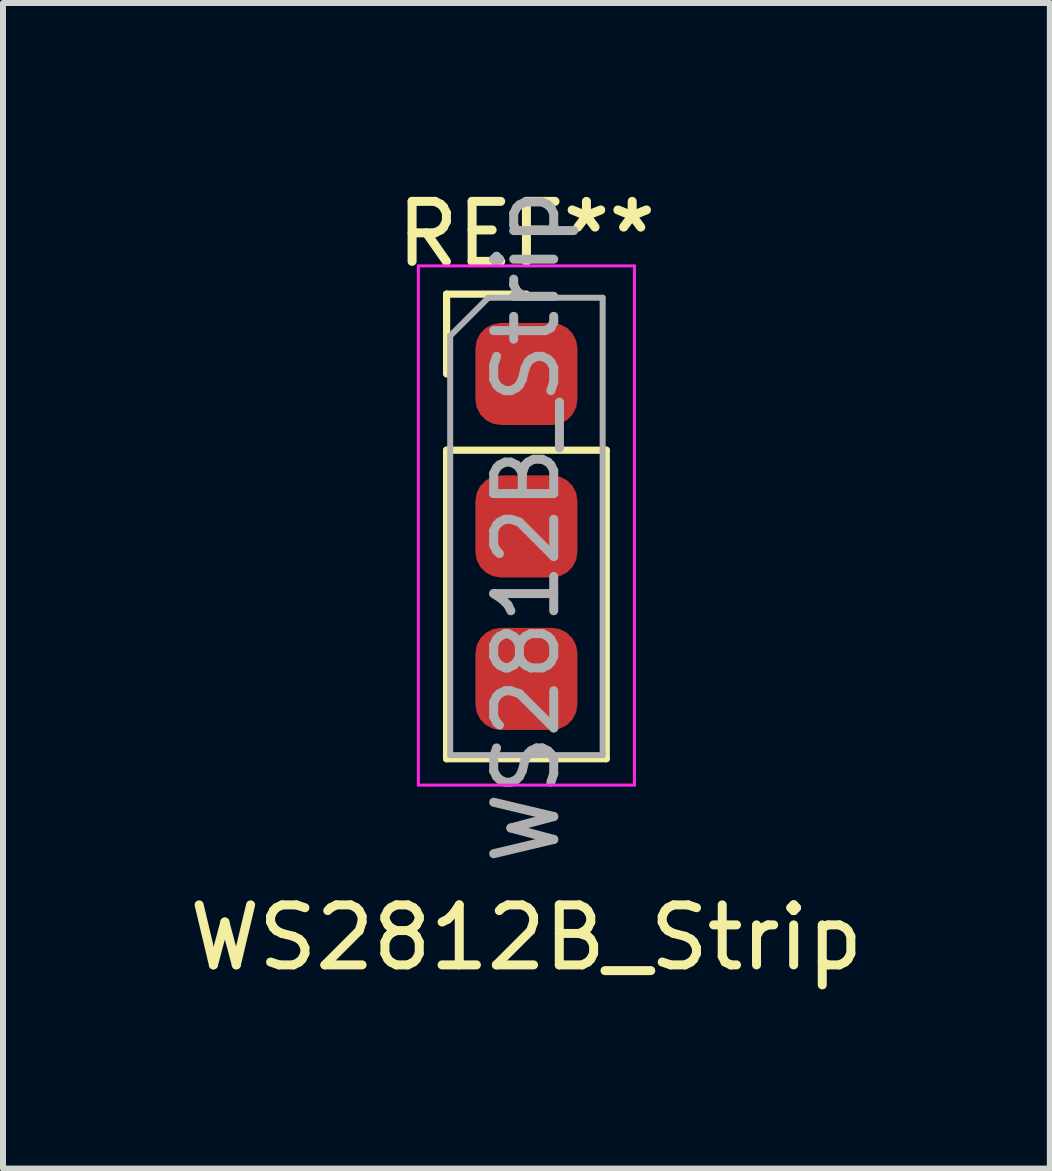
<source format=kicad_pcb>
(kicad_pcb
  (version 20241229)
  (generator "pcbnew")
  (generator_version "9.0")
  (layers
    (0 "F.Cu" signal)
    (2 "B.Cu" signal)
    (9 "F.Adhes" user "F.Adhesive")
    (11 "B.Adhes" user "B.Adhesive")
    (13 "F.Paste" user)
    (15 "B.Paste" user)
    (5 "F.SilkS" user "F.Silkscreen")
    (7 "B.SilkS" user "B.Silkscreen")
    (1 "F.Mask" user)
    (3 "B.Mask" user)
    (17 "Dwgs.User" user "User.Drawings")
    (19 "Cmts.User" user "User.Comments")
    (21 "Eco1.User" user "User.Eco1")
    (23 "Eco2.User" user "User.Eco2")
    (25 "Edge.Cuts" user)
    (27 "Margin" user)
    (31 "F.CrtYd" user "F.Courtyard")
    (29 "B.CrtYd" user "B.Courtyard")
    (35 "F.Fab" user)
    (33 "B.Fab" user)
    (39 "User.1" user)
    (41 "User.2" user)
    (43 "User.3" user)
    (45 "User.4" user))
  (footprint "WS2812B_Strip"
    (layer "F.Cu")
    (at 5.72 12.07)
    (property "Reference" "WS2812B_Strip" (at 0 0.5 0) (layer "F.SilkS") (effects (font (size 1 1) (thickness 0.15))))
    (attr through_hole)
    (fp_line (start -1.33 -10.22) (end 0 -10.22) (stroke (width 0.12) (type solid)) (layer "F.SilkS"))
    (fp_line (start -1.33 -8.89) (end -1.33 -10.22) (stroke (width 0.12) (type solid)) (layer "F.SilkS"))
    (fp_line (start -1.33 -7.62) (end -1.33 -2.48) (stroke (width 0.12) (type solid)) (layer "F.SilkS"))
    (fp_line (start -1.33 -7.62) (end 1.33 -7.62) (stroke (width 0.12) (type solid)) (layer "F.SilkS"))
    (fp_line (start -1.33 -2.48) (end 1.33 -2.48) (stroke (width 0.12) (type solid)) (layer "F.SilkS"))
    (fp_line (start 1.33 -7.62) (end 1.33 -2.48) (stroke (width 0.12) (type solid)) (layer "F.SilkS"))
    (fp_line (start -1.8 -10.69) (end -1.8 -2.04) (stroke (width 0.05) (type solid)) (layer "F.CrtYd"))
    (fp_line (start -1.8 -2.04) (end 1.8 -2.04) (stroke (width 0.05) (type solid)) (layer "F.CrtYd"))
    (fp_line (start 1.8 -10.69) (end -1.8 -10.69) (stroke (width 0.05) (type solid)) (layer "F.CrtYd"))
    (fp_line (start 1.8 -2.04) (end 1.8 -10.69) (stroke (width 0.05) (type solid)) (layer "F.CrtYd"))
    (fp_line (start -1.27 -9.525) (end -0.635 -10.16) (stroke (width 0.1) (type solid)) (layer "F.Fab"))
    (fp_line (start -1.27 -2.54) (end -1.27 -9.525) (stroke (width 0.1) (type solid)) (layer "F.Fab"))
    (fp_line (start -0.635 -10.16) (end 1.27 -10.16) (stroke (width 0.1) (type solid)) (layer "F.Fab"))
    (fp_line (start 1.27 -10.16) (end 1.27 -2.54) (stroke (width 0.1) (type solid)) (layer "F.Fab"))
    (fp_line (start 1.27 -2.54) (end -1.27 -2.54) (stroke (width 0.1) (type solid)) (layer "F.Fab"))
    (fp_text user "REF**" (at 0 -11.22 0) (layer "F.SilkS") (effects (font (size 1 1) (thickness 0.15))))
    (fp_text user "${REFERENCE}" (at 0 -6.35 90) (layer "F.Fab") (effects (font (size 1 1) (thickness 0.15))))
    (pad "1" smd roundrect (at 0 -8.89) (size 1.7 1.7) (layers "F.Cu" "F.Mask" "F.Paste") (roundrect_rratio 0.25))
    (pad "2" smd roundrect (at 0 -6.35) (size 1.7 1.7) (layers "F.Cu" "F.Mask" "F.Paste") (roundrect_rratio 0.25))
    (pad "3" smd roundrect (at 0 -3.81) (size 1.7 1.7) (layers "F.Cu" "F.Mask" "F.Paste") (roundrect_rratio 0.25)))
  (gr_rect
    (start -3 -3)
    (end 14.44 16.418)
    (stroke (width 0.1) (type default))
    (fill no)
    (layer "Edge.Cuts")))
</source>
